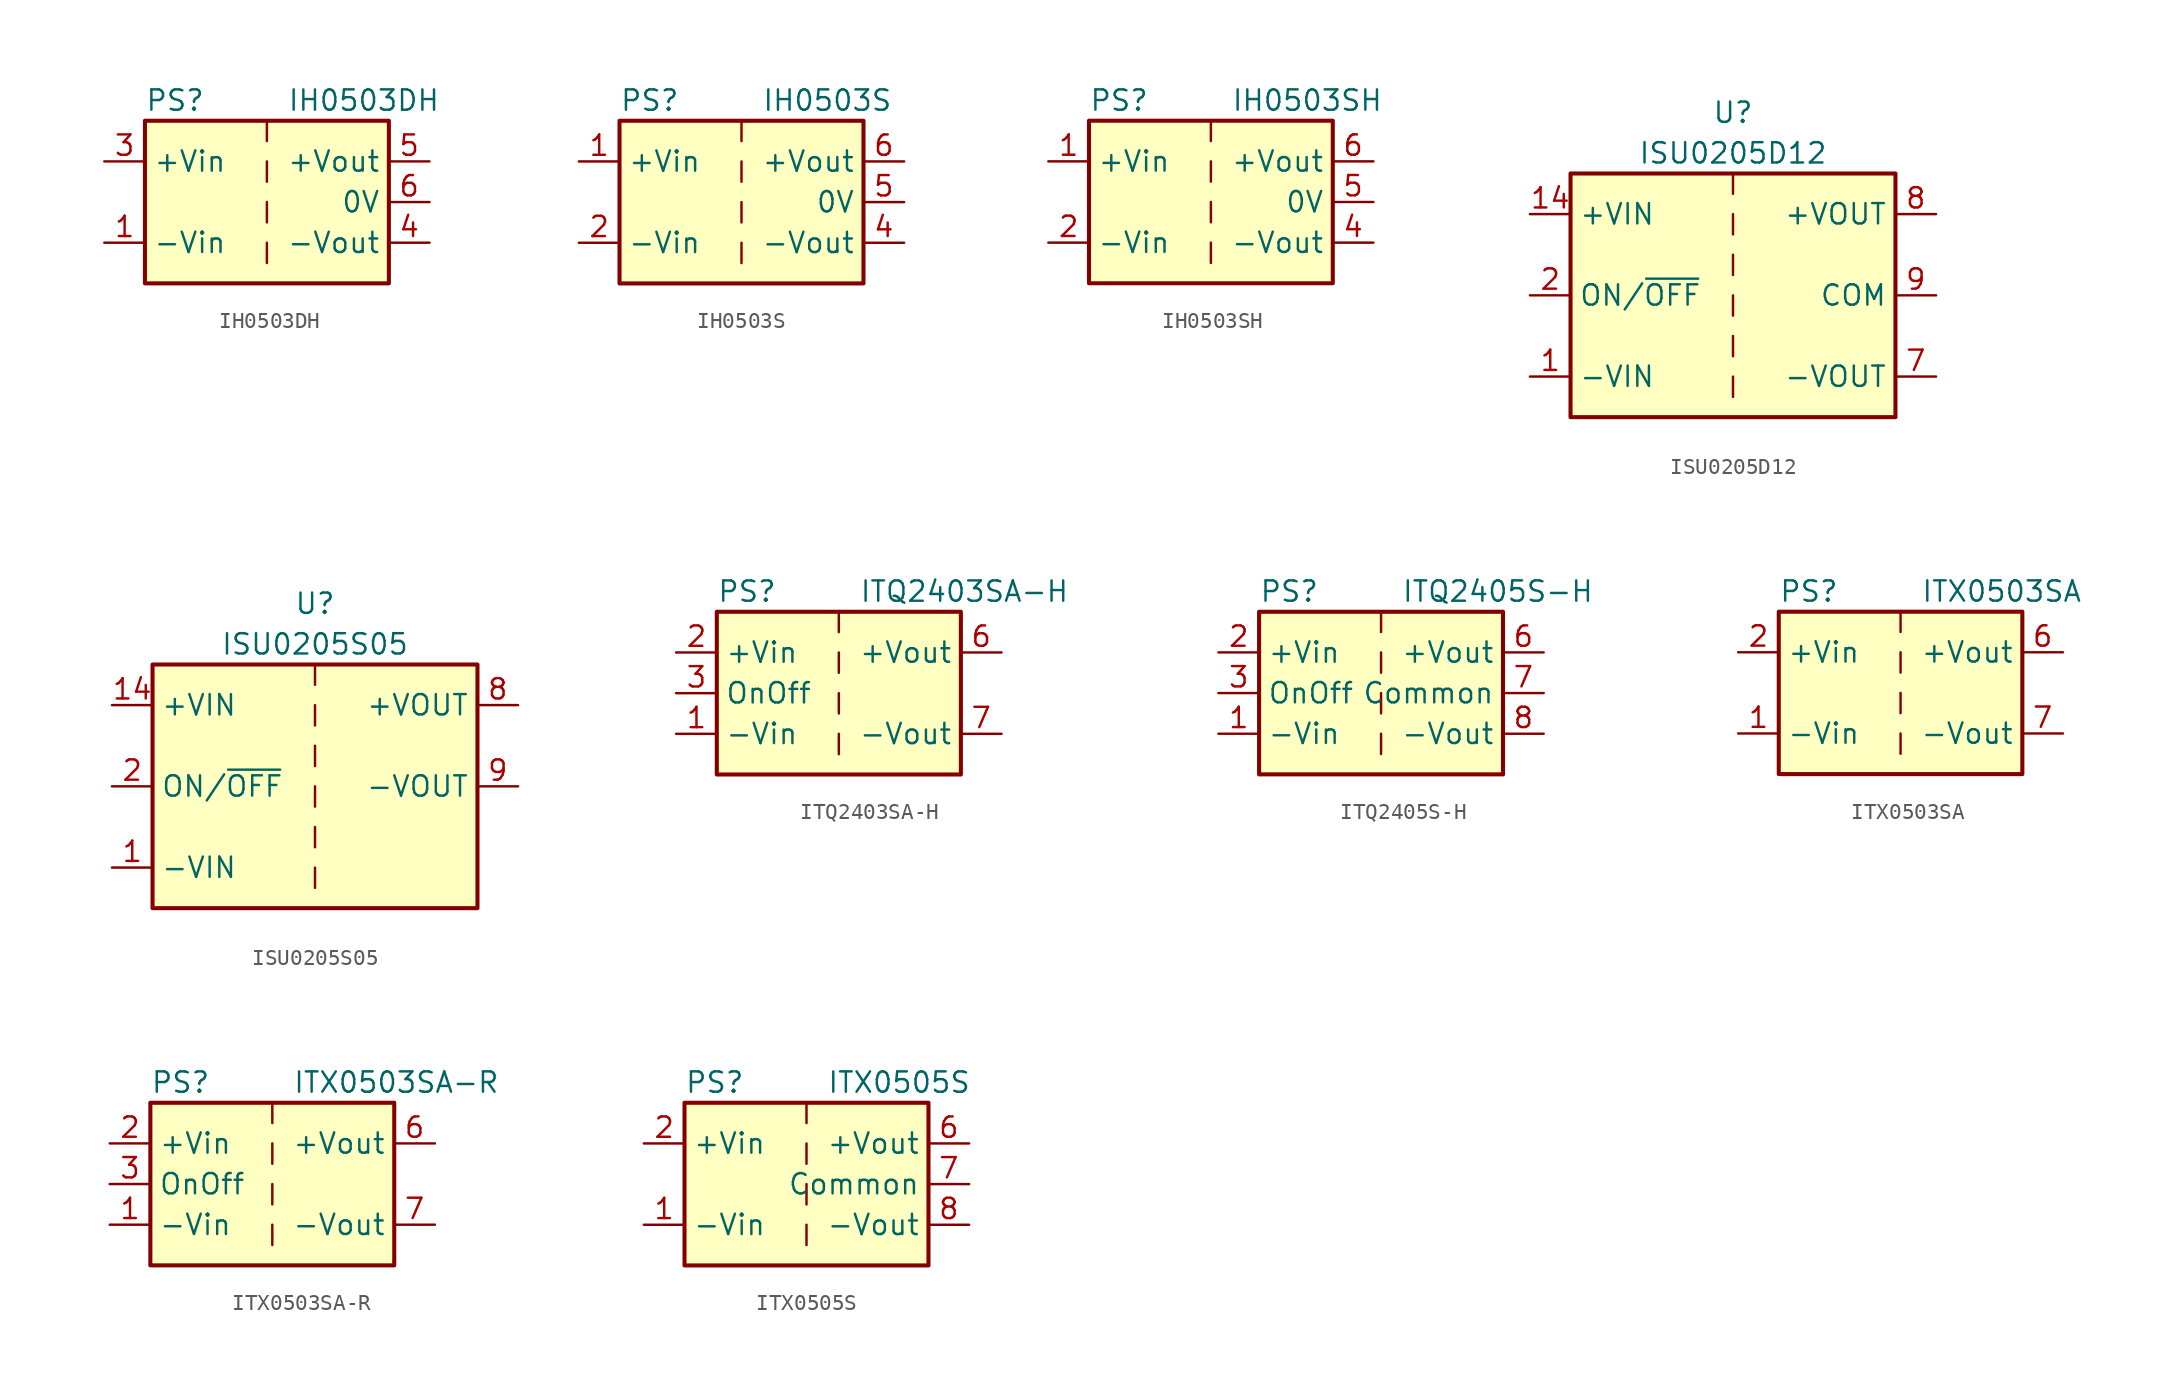
<source format=kicad_sym>
(kicad_symbol_lib
  (version 20241209)
  (generator "kicad_symbol_editor")
  (generator_version "9.0")
  (symbol "IH0503DH"
    (property "Reference" "PS"
      (at -7.62 6.35 0)
      (effects (font (size 1.27 1.27)) (justify left)))
    (property "Value" "IH0503DH"
      (at 1.27 6.35 0)
      (effects (font (size 1.27 1.27)) (justify left)))
    (symbol "IH0503DH_0_0"
      (pin power_in line (at -10.16 2.54 0) (length 2.54) (name "+Vin" (effects (font (size 1.27 1.27)))) (number "3" (effects (font (size 1.27 1.27)))))
      (pin power_in line (at -10.16 -2.54 0) (length 2.54) (name "-Vin" (effects (font (size 1.27 1.27)))) (number "1" (effects (font (size 1.27 1.27)))))
      (pin power_out line (at 10.16 2.54 180) (length 2.54) (name "+Vout" (effects (font (size 1.27 1.27)))) (number "5" (effects (font (size 1.27 1.27)))))
      (pin power_out line (at 10.16 0 180) (length 2.54) (name "0V" (effects (font (size 1.27 1.27)))) (number "6" (effects (font (size 1.27 1.27)))))
      (pin power_out line (at 10.16 -2.54 180) (length 2.54) (name "-Vout" (effects (font (size 1.27 1.27)))) (number "4" (effects (font (size 1.27 1.27))))))
    (symbol "IH0503DH_0_1"
      (rectangle (start -7.62 5.08) (end 7.62 -5.08) (stroke (width 0.254) (type default)) (fill (type background)))
      (polyline (pts (xy 0 5.08) (xy 0 3.81)) (stroke (width 0) (type default)) (fill (type none)))
      (polyline (pts (xy 0 2.54) (xy 0 1.27)) (stroke (width 0) (type default)) (fill (type none)))
      (polyline (pts (xy 0 0) (xy 0 -1.27)) (stroke (width 0) (type default)) (fill (type none)))
      (polyline (pts (xy 0 -2.54) (xy 0 -3.81)) (stroke (width 0) (type default)) (fill (type none))))
    (symbol "IH0503DH_1_1"
      (pin no_connect line (at 0 -5.08 90) (length 2.54) (hide yes) (name "NC" (effects (font (size 1.27 1.27)))) (number "2" (effects (font (size 1.27 1.27)))))))
  (symbol "IH0503S"
    (property "Reference" "PS"
      (at -7.62 6.35 0)
      (effects (font (size 1.27 1.27)) (justify left)))
    (property "Value" "IH0503S"
      (at 1.27 6.35 0)
      (effects (font (size 1.27 1.27)) (justify left)))
    (symbol "IH0503S_0_0"
      (pin power_in line (at -10.16 2.54 0) (length 2.54) (name "+Vin" (effects (font (size 1.27 1.27)))) (number "1" (effects (font (size 1.27 1.27)))))
      (pin power_in line (at -10.16 -2.54 0) (length 2.54) (name "-Vin" (effects (font (size 1.27 1.27)))) (number "2" (effects (font (size 1.27 1.27)))))
      (pin power_out line (at 10.16 2.54 180) (length 2.54) (name "+Vout" (effects (font (size 1.27 1.27)))) (number "6" (effects (font (size 1.27 1.27)))))
      (pin power_out line (at 10.16 0 180) (length 2.54) (name "0V" (effects (font (size 1.27 1.27)))) (number "5" (effects (font (size 1.27 1.27)))))
      (pin power_out line (at 10.16 -2.54 180) (length 2.54) (name "-Vout" (effects (font (size 1.27 1.27)))) (number "4" (effects (font (size 1.27 1.27))))))
    (symbol "IH0503S_0_1"
      (rectangle (start -7.62 5.08) (end 7.62 -5.08) (stroke (width 0.254) (type default)) (fill (type background)))
      (polyline (pts (xy 0 5.08) (xy 0 3.81)) (stroke (width 0) (type default)) (fill (type none)))
      (polyline (pts (xy 0 2.54) (xy 0 1.27)) (stroke (width 0) (type default)) (fill (type none)))
      (polyline (pts (xy 0 0) (xy 0 -1.27)) (stroke (width 0) (type default)) (fill (type none)))
      (polyline (pts (xy 0 -2.54) (xy 0 -3.81)) (stroke (width 0) (type default)) (fill (type none)))))
  (symbol "IH0503SH"
    (property "Reference" "PS"
      (at -7.62 6.35 0)
      (effects (font (size 1.27 1.27)) (justify left)))
    (property "Value" "IH0503SH"
      (at 1.27 6.35 0)
      (effects (font (size 1.27 1.27)) (justify left)))
    (symbol "IH0503SH_0_0"
      (pin power_in line (at -10.16 2.54 0) (length 2.54) (name "+Vin" (effects (font (size 1.27 1.27)))) (number "1" (effects (font (size 1.27 1.27)))))
      (pin power_in line (at -10.16 -2.54 0) (length 2.54) (name "-Vin" (effects (font (size 1.27 1.27)))) (number "2" (effects (font (size 1.27 1.27)))))
      (pin power_out line (at 10.16 2.54 180) (length 2.54) (name "+Vout" (effects (font (size 1.27 1.27)))) (number "6" (effects (font (size 1.27 1.27)))))
      (pin power_out line (at 10.16 0 180) (length 2.54) (name "0V" (effects (font (size 1.27 1.27)))) (number "5" (effects (font (size 1.27 1.27)))))
      (pin power_out line (at 10.16 -2.54 180) (length 2.54) (name "-Vout" (effects (font (size 1.27 1.27)))) (number "4" (effects (font (size 1.27 1.27))))))
    (symbol "IH0503SH_0_1"
      (rectangle (start -7.62 5.08) (end 7.62 -5.08) (stroke (width 0.254) (type default)) (fill (type background)))
      (polyline (pts (xy 0 5.08) (xy 0 3.81)) (stroke (width 0) (type default)) (fill (type none)))
      (polyline (pts (xy 0 2.54) (xy 0 1.27)) (stroke (width 0) (type default)) (fill (type none)))
      (polyline (pts (xy 0 0) (xy 0 -1.27)) (stroke (width 0) (type default)) (fill (type none)))
      (polyline (pts (xy 0 -2.54) (xy 0 -3.81)) (stroke (width 0) (type default)) (fill (type none)))))
  (symbol "ISU0205D12"
    (property "Reference" "U"
      (at 0 11.43 0)
      (effects (font (size 1.27 1.27))))
    (property "Value" "ISU0205D12"
      (at 0 8.89 0)
      (effects (font (size 1.27 1.27))))
    (symbol "ISU0205D12_0_1"
      (rectangle (start -10.16 7.62) (end 10.16 -7.62) (stroke (width 0.254) (type default)) (fill (type background)))
      (polyline (pts (xy 0 7.62) (xy 0 6.35)) (stroke (width 0) (type default)) (fill (type none)))
      (polyline (pts (xy 0 5.08) (xy 0 3.81)) (stroke (width 0) (type default)) (fill (type none)))
      (polyline (pts (xy 0 2.54) (xy 0 1.27)) (stroke (width 0) (type default)) (fill (type none)))
      (polyline (pts (xy 0 0) (xy 0 -1.27)) (stroke (width 0) (type default)) (fill (type none)))
      (polyline (pts (xy 0 -2.54) (xy 0 -3.81)) (stroke (width 0) (type default)) (fill (type none)))
      (polyline (pts (xy 0 -5.08) (xy 0 -6.35)) (stroke (width 0) (type default)) (fill (type none))))
    (symbol "ISU0205D12_1_1"
      (pin power_in line (at -12.7 5.08 0) (length 2.54) (name "+VIN" (effects (font (size 1.27 1.27)))) (number "14" (effects (font (size 1.27 1.27)))))
      (pin input line (at -12.7 0 0) (length 2.54) (name "ON/~{OFF}" (effects (font (size 1.27 1.27)))) (number "2" (effects (font (size 1.27 1.27)))))
      (pin power_in line (at -12.7 -5.08 0) (length 2.54) (name "-VIN" (effects (font (size 1.27 1.27)))) (number "1" (effects (font (size 1.27 1.27)))))
      (pin power_out line (at 12.7 5.08 180) (length 2.54) (name "+VOUT" (effects (font (size 1.27 1.27)))) (number "8" (effects (font (size 1.27 1.27)))))
      (pin passive line (at 12.7 0 180) (length 2.54) (hide yes) (name "COM" (effects (font (size 1.27 1.27)))) (number "6" (effects (font (size 1.27 1.27)))))
      (pin power_out line (at 12.7 0 180) (length 2.54) (name "COM" (effects (font (size 1.27 1.27)))) (number "9" (effects (font (size 1.27 1.27)))))
      (pin power_out line (at 12.7 -5.08 180) (length 2.54) (name "-VOUT" (effects (font (size 1.27 1.27)))) (number "7" (effects (font (size 1.27 1.27)))))))
  (symbol "ISU0205S05"
    (property "Reference" "U"
      (at 0 11.43 0)
      (effects (font (size 1.27 1.27))))
    (property "Value" "ISU0205S05"
      (at 0 8.89 0)
      (effects (font (size 1.27 1.27))))
    (symbol "ISU0205S05_0_1"
      (rectangle (start -10.16 7.62) (end 10.16 -7.62) (stroke (width 0.254) (type default)) (fill (type background)))
      (polyline (pts (xy 0 7.62) (xy 0 6.35)) (stroke (width 0) (type default)) (fill (type none)))
      (polyline (pts (xy 0 5.08) (xy 0 3.81)) (stroke (width 0) (type default)) (fill (type none)))
      (polyline (pts (xy 0 2.54) (xy 0 1.27)) (stroke (width 0) (type default)) (fill (type none)))
      (polyline (pts (xy 0 0) (xy 0 -1.27)) (stroke (width 0) (type default)) (fill (type none)))
      (polyline (pts (xy 0 -2.54) (xy 0 -3.81)) (stroke (width 0) (type default)) (fill (type none)))
      (polyline (pts (xy 0 -5.08) (xy 0 -6.35)) (stroke (width 0) (type default)) (fill (type none))))
    (symbol "ISU0205S05_1_1"
      (pin power_in line (at -12.7 5.08 0) (length 2.54) (name "+VIN" (effects (font (size 1.27 1.27)))) (number "14" (effects (font (size 1.27 1.27)))))
      (pin input line (at -12.7 0 0) (length 2.54) (name "ON/~{OFF}" (effects (font (size 1.27 1.27)))) (number "2" (effects (font (size 1.27 1.27)))))
      (pin power_in line (at -12.7 -5.08 0) (length 2.54) (name "-VIN" (effects (font (size 1.27 1.27)))) (number "1" (effects (font (size 1.27 1.27)))))
      (pin no_connect line (at 10.16 -2.54 180) (length 2.54) (hide yes) (name "NC" (effects (font (size 1.27 1.27)))) (number "6" (effects (font (size 1.27 1.27)))))
      (pin no_connect line (at 10.16 -5.08 180) (length 2.54) (hide yes) (name "NC" (effects (font (size 1.27 1.27)))) (number "7" (effects (font (size 1.27 1.27)))))
      (pin power_out line (at 12.7 5.08 180) (length 2.54) (name "+VOUT" (effects (font (size 1.27 1.27)))) (number "8" (effects (font (size 1.27 1.27)))))
      (pin power_out line (at 12.7 0 180) (length 2.54) (name "-VOUT" (effects (font (size 1.27 1.27)))) (number "9" (effects (font (size 1.27 1.27)))))))
  (symbol "ITQ2403SA-H"
    (property "Reference" "PS"
      (at -7.62 6.35 0)
      (effects (font (size 1.27 1.27)) (justify left)))
    (property "Value" "ITQ2403SA-H"
      (at 1.27 6.35 0)
      (effects (font (size 1.27 1.27)) (justify left)))
    (symbol "ITQ2403SA-H_0_0"
      (pin power_in line (at -10.16 2.54 0) (length 2.54) (name "+Vin" (effects (font (size 1.27 1.27)))) (number "2" (effects (font (size 1.27 1.27)))))
      (pin input line (at -10.16 0 0) (length 2.54) (name "OnOff" (effects (font (size 1.27 1.27)))) (number "3" (effects (font (size 1.27 1.27)))))
      (pin power_in line (at -10.16 -2.54 0) (length 2.54) (name "-Vin" (effects (font (size 1.27 1.27)))) (number "1" (effects (font (size 1.27 1.27)))))
      (pin no_connect line (at 7.62 0 180) (length 2.54) (hide yes) (name "NC" (effects (font (size 1.27 1.27)))) (number "8" (effects (font (size 1.27 1.27)))))
      (pin power_out line (at 10.16 2.54 180) (length 2.54) (name "+Vout" (effects (font (size 1.27 1.27)))) (number "6" (effects (font (size 1.27 1.27)))))
      (pin power_out line (at 10.16 -2.54 180) (length 2.54) (name "-Vout" (effects (font (size 1.27 1.27)))) (number "7" (effects (font (size 1.27 1.27))))))
    (symbol "ITQ2403SA-H_0_1"
      (rectangle (start -7.62 5.08) (end 7.62 -5.08) (stroke (width 0.254) (type default)) (fill (type background)))
      (polyline (pts (xy 0 5.08) (xy 0 3.81)) (stroke (width 0) (type default)) (fill (type none)))
      (polyline (pts (xy 0 2.54) (xy 0 1.27)) (stroke (width 0) (type default)) (fill (type none)))
      (polyline (pts (xy 0 0) (xy 0 -1.27)) (stroke (width 0) (type default)) (fill (type none)))
      (polyline (pts (xy 0 -2.54) (xy 0 -3.81)) (stroke (width 0) (type default)) (fill (type none)))))
  (symbol "ITQ2405S-H"
    (property "Reference" "PS"
      (at -7.62 6.35 0)
      (effects (font (size 1.27 1.27)) (justify left)))
    (property "Value" "ITQ2405S-H"
      (at 1.27 6.35 0)
      (effects (font (size 1.27 1.27)) (justify left)))
    (symbol "ITQ2405S-H_0_0"
      (pin power_in line (at -10.16 2.54 0) (length 2.54) (name "+Vin" (effects (font (size 1.27 1.27)))) (number "2" (effects (font (size 1.27 1.27)))))
      (pin input line (at -10.16 0 0) (length 2.54) (name "OnOff" (effects (font (size 1.27 1.27)))) (number "3" (effects (font (size 1.27 1.27)))))
      (pin power_in line (at -10.16 -2.54 0) (length 2.54) (name "-Vin" (effects (font (size 1.27 1.27)))) (number "1" (effects (font (size 1.27 1.27)))))
      (pin power_out line (at 10.16 2.54 180) (length 2.54) (name "+Vout" (effects (font (size 1.27 1.27)))) (number "6" (effects (font (size 1.27 1.27)))))
      (pin power_out line (at 10.16 0 180) (length 2.54) (name "Common" (effects (font (size 1.27 1.27)))) (number "7" (effects (font (size 1.27 1.27)))))
      (pin power_out line (at 10.16 -2.54 180) (length 2.54) (name "-Vout" (effects (font (size 1.27 1.27)))) (number "8" (effects (font (size 1.27 1.27))))))
    (symbol "ITQ2405S-H_0_1"
      (rectangle (start -7.62 5.08) (end 7.62 -5.08) (stroke (width 0.254) (type default)) (fill (type background)))
      (polyline (pts (xy 0 5.08) (xy 0 3.81)) (stroke (width 0) (type default)) (fill (type none)))
      (polyline (pts (xy 0 2.54) (xy 0 1.27)) (stroke (width 0) (type default)) (fill (type none)))
      (polyline (pts (xy 0 0) (xy 0 -1.27)) (stroke (width 0) (type default)) (fill (type none)))
      (polyline (pts (xy 0 -2.54) (xy 0 -3.81)) (stroke (width 0) (type default)) (fill (type none)))))
  (symbol "ITX0503SA"
    (property "Reference" "PS"
      (at -7.62 6.35 0)
      (effects (font (size 1.27 1.27)) (justify left)))
    (property "Value" "ITX0503SA"
      (at 1.27 6.35 0)
      (effects (font (size 1.27 1.27)) (justify left)))
    (symbol "ITX0503SA_0_0"
      (pin power_in line (at -10.16 2.54 0) (length 2.54) (name "+Vin" (effects (font (size 1.27 1.27)))) (number "2" (effects (font (size 1.27 1.27)))))
      (pin power_in line (at -10.16 -2.54 0) (length 2.54) (name "-Vin" (effects (font (size 1.27 1.27)))) (number "1" (effects (font (size 1.27 1.27)))))
      (pin no_connect line (at 7.62 0 180) (length 2.54) (hide yes) (name "NC" (effects (font (size 1.27 1.27)))) (number "8" (effects (font (size 1.27 1.27)))))
      (pin power_out line (at 10.16 2.54 180) (length 2.54) (name "+Vout" (effects (font (size 1.27 1.27)))) (number "6" (effects (font (size 1.27 1.27)))))
      (pin power_out line (at 10.16 -2.54 180) (length 2.54) (name "-Vout" (effects (font (size 1.27 1.27)))) (number "7" (effects (font (size 1.27 1.27))))))
    (symbol "ITX0503SA_0_1"
      (rectangle (start -7.62 5.08) (end 7.62 -5.08) (stroke (width 0.254) (type default)) (fill (type background)))
      (polyline (pts (xy 0 5.08) (xy 0 3.81)) (stroke (width 0) (type default)) (fill (type none)))
      (polyline (pts (xy 0 2.54) (xy 0 1.27)) (stroke (width 0) (type default)) (fill (type none)))
      (polyline (pts (xy 0 0) (xy 0 -1.27)) (stroke (width 0) (type default)) (fill (type none)))
      (polyline (pts (xy 0 -2.54) (xy 0 -3.81)) (stroke (width 0) (type default)) (fill (type none)))))
  (symbol "ITX0503SA-R"
    (property "Reference" "PS"
      (at -7.62 6.35 0)
      (effects (font (size 1.27 1.27)) (justify left)))
    (property "Value" "ITX0503SA-R"
      (at 1.27 6.35 0)
      (effects (font (size 1.27 1.27)) (justify left)))
    (symbol "ITX0503SA-R_0_0"
      (pin power_in line (at -10.16 2.54 0) (length 2.54) (name "+Vin" (effects (font (size 1.27 1.27)))) (number "2" (effects (font (size 1.27 1.27)))))
      (pin input line (at -10.16 0 0) (length 2.54) (name "OnOff" (effects (font (size 1.27 1.27)))) (number "3" (effects (font (size 1.27 1.27)))))
      (pin power_in line (at -10.16 -2.54 0) (length 2.54) (name "-Vin" (effects (font (size 1.27 1.27)))) (number "1" (effects (font (size 1.27 1.27)))))
      (pin no_connect line (at 0 5.08 270) (length 2.54) (hide yes) (name "NC" (effects (font (size 1.27 1.27)))) (number "5" (effects (font (size 1.27 1.27)))))
      (pin no_connect line (at 7.62 0 180) (length 2.54) (hide yes) (name "NC" (effects (font (size 1.27 1.27)))) (number "8" (effects (font (size 1.27 1.27)))))
      (pin power_out line (at 10.16 2.54 180) (length 2.54) (name "+Vout" (effects (font (size 1.27 1.27)))) (number "6" (effects (font (size 1.27 1.27)))))
      (pin power_out line (at 10.16 -2.54 180) (length 2.54) (name "-Vout" (effects (font (size 1.27 1.27)))) (number "7" (effects (font (size 1.27 1.27))))))
    (symbol "ITX0503SA-R_0_1"
      (rectangle (start -7.62 5.08) (end 7.62 -5.08) (stroke (width 0.254) (type default)) (fill (type background)))
      (polyline (pts (xy 0 5.08) (xy 0 3.81)) (stroke (width 0) (type default)) (fill (type none)))
      (polyline (pts (xy 0 2.54) (xy 0 1.27)) (stroke (width 0) (type default)) (fill (type none)))
      (polyline (pts (xy 0 0) (xy 0 -1.27)) (stroke (width 0) (type default)) (fill (type none)))
      (polyline (pts (xy 0 -2.54) (xy 0 -3.81)) (stroke (width 0) (type default)) (fill (type none)))))
  (symbol "ITX0505S"
    (property "Reference" "PS"
      (at -7.62 6.35 0)
      (effects (font (size 1.27 1.27)) (justify left)))
    (property "Value" "ITX0505S"
      (at 1.27 6.35 0)
      (effects (font (size 1.27 1.27)) (justify left)))
    (symbol "ITX0505S_0_0"
      (pin power_in line (at -10.16 2.54 0) (length 2.54) (name "+Vin" (effects (font (size 1.27 1.27)))) (number "2" (effects (font (size 1.27 1.27)))))
      (pin power_in line (at -10.16 -2.54 0) (length 2.54) (name "-Vin" (effects (font (size 1.27 1.27)))) (number "1" (effects (font (size 1.27 1.27)))))
      (pin no_connect line (at 0 5.08 270) (length 2.54) (hide yes) (name "NC" (effects (font (size 1.27 1.27)))) (number "5" (effects (font (size 1.27 1.27)))))
      (pin no_connect line (at 0 -5.08 90) (length 2.54) (hide yes) (name "NC" (effects (font (size 1.27 1.27)))) (number "3" (effects (font (size 1.27 1.27)))))
      (pin power_out line (at 10.16 2.54 180) (length 2.54) (name "+Vout" (effects (font (size 1.27 1.27)))) (number "6" (effects (font (size 1.27 1.27)))))
      (pin power_out line (at 10.16 0 180) (length 2.54) (name "Common" (effects (font (size 1.27 1.27)))) (number "7" (effects (font (size 1.27 1.27)))))
      (pin power_out line (at 10.16 -2.54 180) (length 2.54) (name "-Vout" (effects (font (size 1.27 1.27)))) (number "8" (effects (font (size 1.27 1.27))))))
    (symbol "ITX0505S_0_1"
      (rectangle (start -7.62 5.08) (end 7.62 -5.08) (stroke (width 0.254) (type default)) (fill (type background)))
      (polyline (pts (xy 0 5.08) (xy 0 3.81)) (stroke (width 0) (type default)) (fill (type none)))
      (polyline (pts (xy 0 2.54) (xy 0 1.27)) (stroke (width 0) (type default)) (fill (type none)))
      (polyline (pts (xy 0 0) (xy 0 -1.27)) (stroke (width 0) (type default)) (fill (type none)))
      (polyline (pts (xy 0 -2.54) (xy 0 -3.81)) (stroke (width 0) (type default)) (fill (type none))))))
</source>
